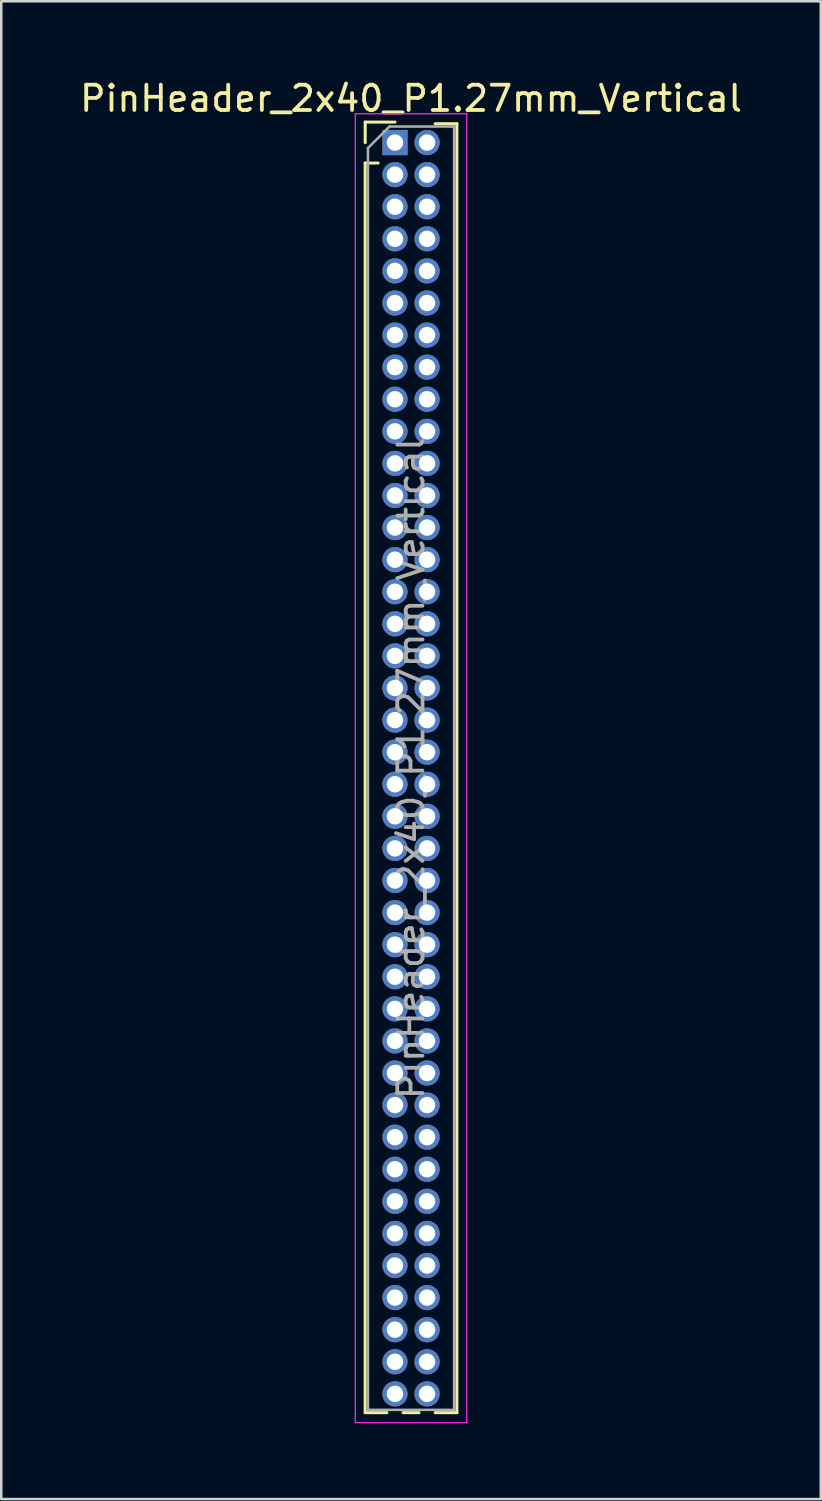
<source format=kicad_pcb>
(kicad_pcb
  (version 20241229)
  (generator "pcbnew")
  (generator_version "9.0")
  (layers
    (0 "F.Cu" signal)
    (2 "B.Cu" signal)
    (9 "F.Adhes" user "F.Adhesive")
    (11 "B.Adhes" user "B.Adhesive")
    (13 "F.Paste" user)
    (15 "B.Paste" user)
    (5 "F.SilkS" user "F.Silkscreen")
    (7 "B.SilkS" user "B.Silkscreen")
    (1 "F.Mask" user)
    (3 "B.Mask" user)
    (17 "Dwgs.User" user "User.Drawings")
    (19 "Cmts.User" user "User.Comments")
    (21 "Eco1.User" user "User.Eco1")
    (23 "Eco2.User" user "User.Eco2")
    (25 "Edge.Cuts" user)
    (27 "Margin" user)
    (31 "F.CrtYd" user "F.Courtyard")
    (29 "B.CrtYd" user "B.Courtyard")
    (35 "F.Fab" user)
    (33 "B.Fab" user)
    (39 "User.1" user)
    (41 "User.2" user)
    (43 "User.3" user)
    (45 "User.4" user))
  (footprint "PinHeader_2x40_P1.27mm_Vertical"
    (layer "F.Cu")
    (at 12.585 2.593)
    (property "Reference" "PinHeader_2x40_P1.27mm_Vertical" (at 0.635 -1.745 0) (layer "F.SilkS") (effects (font (size 1 1) (thickness 0.15))))
    (attr through_hole)
    (fp_line (start -1.18 -0.81) (end 0 -0.81) (stroke (width 0.12) (type solid)) (layer "F.SilkS"))
    (fp_line (start -1.18 0) (end -1.18 -0.81) (stroke (width 0.12) (type solid)) (layer "F.SilkS"))
    (fp_line (start -1.18 0.81) (end -1.18 50.275) (stroke (width 0.12) (type solid)) (layer "F.SilkS"))
    (fp_line (start -1.18 0.81) (end -0.667 0.81) (stroke (width 0.12) (type solid)) (layer "F.SilkS"))
    (fp_line (start -1.18 50.275) (end -0.318 50.275) (stroke (width 0.12) (type solid)) (layer "F.SilkS"))
    (fp_line (start 0.318 50.275) (end 0.952 50.275) (stroke (width 0.12) (type solid)) (layer "F.SilkS"))
    (fp_line (start 1.588 -0.745) (end 2.45 -0.745) (stroke (width 0.12) (type solid)) (layer "F.SilkS"))
    (fp_line (start 1.588 50.275) (end 2.45 50.275) (stroke (width 0.12) (type solid)) (layer "F.SilkS"))
    (fp_line (start 2.45 -0.745) (end 2.45 50.275) (stroke (width 0.12) (type solid)) (layer "F.SilkS"))
    (fp_line (start -1.57 -1.14) (end -1.57 50.67) (stroke (width 0.05) (type solid)) (layer "F.CrtYd"))
    (fp_line (start -1.57 50.67) (end 2.84 50.67) (stroke (width 0.05) (type solid)) (layer "F.CrtYd"))
    (fp_line (start 2.84 -1.14) (end -1.57 -1.14) (stroke (width 0.05) (type solid)) (layer "F.CrtYd"))
    (fp_line (start 2.84 50.67) (end 2.84 -1.14) (stroke (width 0.05) (type solid)) (layer "F.CrtYd"))
    (fp_line (start -1.07 0.217) (end -0.217 -0.635) (stroke (width 0.1) (type solid)) (layer "F.Fab"))
    (fp_line (start -1.07 50.165) (end -1.07 0.217) (stroke (width 0.1) (type solid)) (layer "F.Fab"))
    (fp_line (start -0.217 -0.635) (end 2.34 -0.635) (stroke (width 0.1) (type solid)) (layer "F.Fab"))
    (fp_line (start 2.34 -0.635) (end 2.34 50.165) (stroke (width 0.1) (type solid)) (layer "F.Fab"))
    (fp_line (start 2.34 50.165) (end -1.07 50.165) (stroke (width 0.1) (type solid)) (layer "F.Fab"))
    (fp_text user "${REFERENCE}" (at 0.635 24.765 90) (layer "F.Fab") (effects (font (size 1 1) (thickness 0.15))))
    (pad "1" thru_hole rect (at 0 0) (size 1 1) (drill 0.65) (layers "*.Cu" "*.Mask"))
    (pad "2" thru_hole circle (at 1.27 0) (size 1 1) (drill 0.65) (layers "*.Cu" "*.Mask"))
    (pad "3" thru_hole circle (at 0 1.27) (size 1 1) (drill 0.65) (layers "*.Cu" "*.Mask"))
    (pad "4" thru_hole circle (at 1.27 1.27) (size 1 1) (drill 0.65) (layers "*.Cu" "*.Mask"))
    (pad "5" thru_hole circle (at 0 2.54) (size 1 1) (drill 0.65) (layers "*.Cu" "*.Mask"))
    (pad "6" thru_hole circle (at 1.27 2.54) (size 1 1) (drill 0.65) (layers "*.Cu" "*.Mask"))
    (pad "7" thru_hole circle (at 0 3.81) (size 1 1) (drill 0.65) (layers "*.Cu" "*.Mask"))
    (pad "8" thru_hole circle (at 1.27 3.81) (size 1 1) (drill 0.65) (layers "*.Cu" "*.Mask"))
    (pad "9" thru_hole circle (at 0 5.08) (size 1 1) (drill 0.65) (layers "*.Cu" "*.Mask"))
    (pad "10" thru_hole circle (at 1.27 5.08) (size 1 1) (drill 0.65) (layers "*.Cu" "*.Mask"))
    (pad "11" thru_hole circle (at 0 6.35) (size 1 1) (drill 0.65) (layers "*.Cu" "*.Mask"))
    (pad "12" thru_hole circle (at 1.27 6.35) (size 1 1) (drill 0.65) (layers "*.Cu" "*.Mask"))
    (pad "13" thru_hole circle (at 0 7.62) (size 1 1) (drill 0.65) (layers "*.Cu" "*.Mask"))
    (pad "14" thru_hole circle (at 1.27 7.62) (size 1 1) (drill 0.65) (layers "*.Cu" "*.Mask"))
    (pad "15" thru_hole circle (at 0 8.89) (size 1 1) (drill 0.65) (layers "*.Cu" "*.Mask"))
    (pad "16" thru_hole circle (at 1.27 8.89) (size 1 1) (drill 0.65) (layers "*.Cu" "*.Mask"))
    (pad "17" thru_hole circle (at 0 10.16) (size 1 1) (drill 0.65) (layers "*.Cu" "*.Mask"))
    (pad "18" thru_hole circle (at 1.27 10.16) (size 1 1) (drill 0.65) (layers "*.Cu" "*.Mask"))
    (pad "19" thru_hole circle (at 0 11.43) (size 1 1) (drill 0.65) (layers "*.Cu" "*.Mask"))
    (pad "20" thru_hole circle (at 1.27 11.43) (size 1 1) (drill 0.65) (layers "*.Cu" "*.Mask"))
    (pad "21" thru_hole circle (at 0 12.7) (size 1 1) (drill 0.65) (layers "*.Cu" "*.Mask"))
    (pad "22" thru_hole circle (at 1.27 12.7) (size 1 1) (drill 0.65) (layers "*.Cu" "*.Mask"))
    (pad "23" thru_hole circle (at 0 13.97) (size 1 1) (drill 0.65) (layers "*.Cu" "*.Mask"))
    (pad "24" thru_hole circle (at 1.27 13.97) (size 1 1) (drill 0.65) (layers "*.Cu" "*.Mask"))
    (pad "25" thru_hole circle (at 0 15.24) (size 1 1) (drill 0.65) (layers "*.Cu" "*.Mask"))
    (pad "26" thru_hole circle (at 1.27 15.24) (size 1 1) (drill 0.65) (layers "*.Cu" "*.Mask"))
    (pad "27" thru_hole circle (at 0 16.51) (size 1 1) (drill 0.65) (layers "*.Cu" "*.Mask"))
    (pad "28" thru_hole circle (at 1.27 16.51) (size 1 1) (drill 0.65) (layers "*.Cu" "*.Mask"))
    (pad "29" thru_hole circle (at 0 17.78) (size 1 1) (drill 0.65) (layers "*.Cu" "*.Mask"))
    (pad "30" thru_hole circle (at 1.27 17.78) (size 1 1) (drill 0.65) (layers "*.Cu" "*.Mask"))
    (pad "31" thru_hole circle (at 0 19.05) (size 1 1) (drill 0.65) (layers "*.Cu" "*.Mask"))
    (pad "32" thru_hole circle (at 1.27 19.05) (size 1 1) (drill 0.65) (layers "*.Cu" "*.Mask"))
    (pad "33" thru_hole circle (at 0 20.32) (size 1 1) (drill 0.65) (layers "*.Cu" "*.Mask"))
    (pad "34" thru_hole circle (at 1.27 20.32) (size 1 1) (drill 0.65) (layers "*.Cu" "*.Mask"))
    (pad "35" thru_hole circle (at 0 21.59) (size 1 1) (drill 0.65) (layers "*.Cu" "*.Mask"))
    (pad "36" thru_hole circle (at 1.27 21.59) (size 1 1) (drill 0.65) (layers "*.Cu" "*.Mask"))
    (pad "37" thru_hole circle (at 0 22.86) (size 1 1) (drill 0.65) (layers "*.Cu" "*.Mask"))
    (pad "38" thru_hole circle (at 1.27 22.86) (size 1 1) (drill 0.65) (layers "*.Cu" "*.Mask"))
    (pad "39" thru_hole circle (at 0 24.13) (size 1 1) (drill 0.65) (layers "*.Cu" "*.Mask"))
    (pad "40" thru_hole circle (at 1.27 24.13) (size 1 1) (drill 0.65) (layers "*.Cu" "*.Mask"))
    (pad "41" thru_hole circle (at 0 25.4) (size 1 1) (drill 0.65) (layers "*.Cu" "*.Mask"))
    (pad "42" thru_hole circle (at 1.27 25.4) (size 1 1) (drill 0.65) (layers "*.Cu" "*.Mask"))
    (pad "43" thru_hole circle (at 0 26.67) (size 1 1) (drill 0.65) (layers "*.Cu" "*.Mask"))
    (pad "44" thru_hole circle (at 1.27 26.67) (size 1 1) (drill 0.65) (layers "*.Cu" "*.Mask"))
    (pad "45" thru_hole circle (at 0 27.94) (size 1 1) (drill 0.65) (layers "*.Cu" "*.Mask"))
    (pad "46" thru_hole circle (at 1.27 27.94) (size 1 1) (drill 0.65) (layers "*.Cu" "*.Mask"))
    (pad "47" thru_hole circle (at 0 29.21) (size 1 1) (drill 0.65) (layers "*.Cu" "*.Mask"))
    (pad "48" thru_hole circle (at 1.27 29.21) (size 1 1) (drill 0.65) (layers "*.Cu" "*.Mask"))
    (pad "49" thru_hole circle (at 0 30.48) (size 1 1) (drill 0.65) (layers "*.Cu" "*.Mask"))
    (pad "50" thru_hole circle (at 1.27 30.48) (size 1 1) (drill 0.65) (layers "*.Cu" "*.Mask"))
    (pad "51" thru_hole circle (at 0 31.75) (size 1 1) (drill 0.65) (layers "*.Cu" "*.Mask"))
    (pad "52" thru_hole circle (at 1.27 31.75) (size 1 1) (drill 0.65) (layers "*.Cu" "*.Mask"))
    (pad "53" thru_hole circle (at 0 33.02) (size 1 1) (drill 0.65) (layers "*.Cu" "*.Mask"))
    (pad "54" thru_hole circle (at 1.27 33.02) (size 1 1) (drill 0.65) (layers "*.Cu" "*.Mask"))
    (pad "55" thru_hole circle (at 0 34.29) (size 1 1) (drill 0.65) (layers "*.Cu" "*.Mask"))
    (pad "56" thru_hole circle (at 1.27 34.29) (size 1 1) (drill 0.65) (layers "*.Cu" "*.Mask"))
    (pad "57" thru_hole circle (at 0 35.56) (size 1 1) (drill 0.65) (layers "*.Cu" "*.Mask"))
    (pad "58" thru_hole circle (at 1.27 35.56) (size 1 1) (drill 0.65) (layers "*.Cu" "*.Mask"))
    (pad "59" thru_hole circle (at 0 36.83) (size 1 1) (drill 0.65) (layers "*.Cu" "*.Mask"))
    (pad "60" thru_hole circle (at 1.27 36.83) (size 1 1) (drill 0.65) (layers "*.Cu" "*.Mask"))
    (pad "61" thru_hole circle (at 0 38.1) (size 1 1) (drill 0.65) (layers "*.Cu" "*.Mask"))
    (pad "62" thru_hole circle (at 1.27 38.1) (size 1 1) (drill 0.65) (layers "*.Cu" "*.Mask"))
    (pad "63" thru_hole circle (at 0 39.37) (size 1 1) (drill 0.65) (layers "*.Cu" "*.Mask"))
    (pad "64" thru_hole circle (at 1.27 39.37) (size 1 1) (drill 0.65) (layers "*.Cu" "*.Mask"))
    (pad "65" thru_hole circle (at 0 40.64) (size 1 1) (drill 0.65) (layers "*.Cu" "*.Mask"))
    (pad "66" thru_hole circle (at 1.27 40.64) (size 1 1) (drill 0.65) (layers "*.Cu" "*.Mask"))
    (pad "67" thru_hole circle (at 0 41.91) (size 1 1) (drill 0.65) (layers "*.Cu" "*.Mask"))
    (pad "68" thru_hole circle (at 1.27 41.91) (size 1 1) (drill 0.65) (layers "*.Cu" "*.Mask"))
    (pad "69" thru_hole circle (at 0 43.18) (size 1 1) (drill 0.65) (layers "*.Cu" "*.Mask"))
    (pad "70" thru_hole circle (at 1.27 43.18) (size 1 1) (drill 0.65) (layers "*.Cu" "*.Mask"))
    (pad "71" thru_hole circle (at 0 44.45) (size 1 1) (drill 0.65) (layers "*.Cu" "*.Mask"))
    (pad "72" thru_hole circle (at 1.27 44.45) (size 1 1) (drill 0.65) (layers "*.Cu" "*.Mask"))
    (pad "73" thru_hole circle (at 0 45.72) (size 1 1) (drill 0.65) (layers "*.Cu" "*.Mask"))
    (pad "74" thru_hole circle (at 1.27 45.72) (size 1 1) (drill 0.65) (layers "*.Cu" "*.Mask"))
    (pad "75" thru_hole circle (at 0 46.99) (size 1 1) (drill 0.65) (layers "*.Cu" "*.Mask"))
    (pad "76" thru_hole circle (at 1.27 46.99) (size 1 1) (drill 0.65) (layers "*.Cu" "*.Mask"))
    (pad "77" thru_hole circle (at 0 48.26) (size 1 1) (drill 0.65) (layers "*.Cu" "*.Mask"))
    (pad "78" thru_hole circle (at 1.27 48.26) (size 1 1) (drill 0.65) (layers "*.Cu" "*.Mask"))
    (pad "79" thru_hole circle (at 0 49.53) (size 1 1) (drill 0.65) (layers "*.Cu" "*.Mask"))
    (pad "80" thru_hole circle (at 1.27 49.53) (size 1 1) (drill 0.65) (layers "*.Cu" "*.Mask")))
  (gr_rect
    (start -3 -3)
    (end 29.44 56.288)
    (stroke (width 0.1) (type default))
    (fill no)
    (layer "Edge.Cuts")))
</source>
